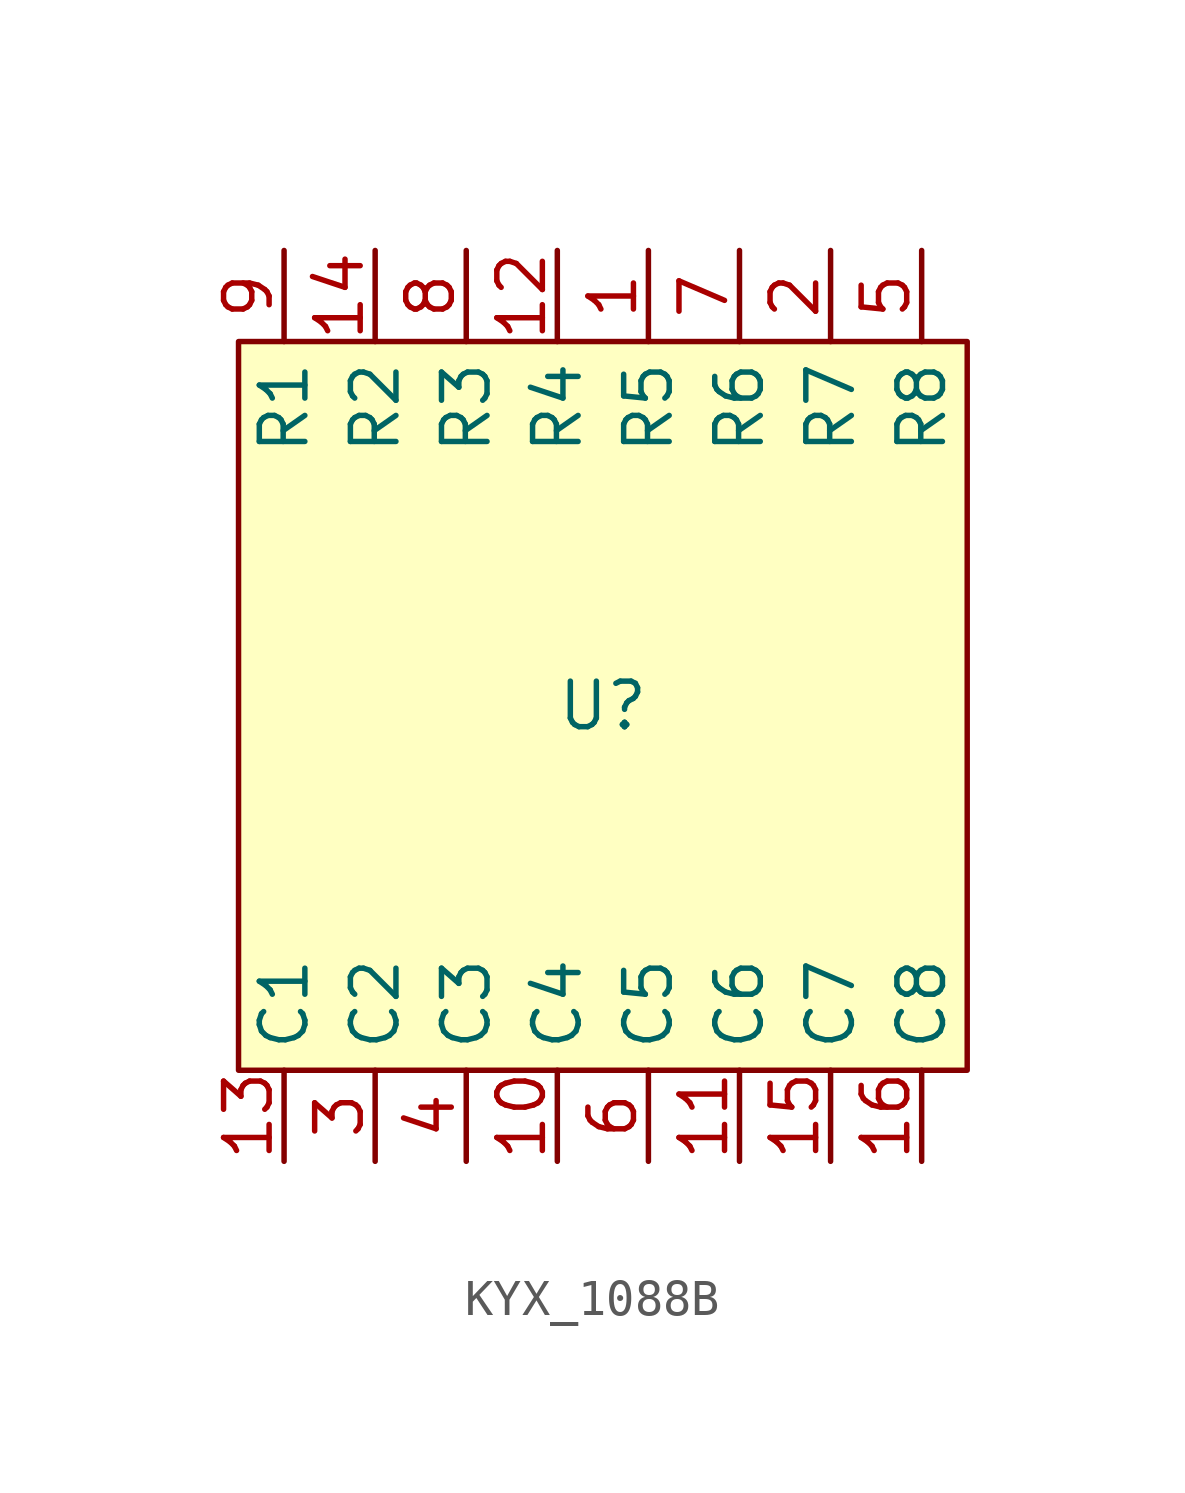
<source format=kicad_sym>
(kicad_symbol_lib
  (version 20241209)
  (generator "kicad_symbol_editor")
  (generator_version "9.0")
  (symbol "KYX_1088B"
    (property "Reference" "U"
      (at 0 0 0)
      (effects (font (size 1.27 1.27))))
    (property "Value" ""
      (at 0 0 0)
      (effects (font (size 1.27 1.27))))
    (symbol "KYX_1088B_1_1"
      (rectangle (start -10.16 10.16) (end 10.16 -10.16) (stroke (width 0) (type solid)) (fill (type background)))
      (pin input line (at -8.89 12.7 270) (length 2.54) (name "R1" (effects (font (size 1.27 1.27)))) (number "9" (effects (font (size 1.27 1.27)))))
      (pin input line (at -8.89 -12.7 90) (length 2.54) (name "C1" (effects (font (size 1.27 1.27)))) (number "13" (effects (font (size 1.27 1.27)))))
      (pin input line (at -6.35 12.7 270) (length 2.54) (name "R2" (effects (font (size 1.27 1.27)))) (number "14" (effects (font (size 1.27 1.27)))))
      (pin input line (at -6.35 -12.7 90) (length 2.54) (name "C2" (effects (font (size 1.27 1.27)))) (number "3" (effects (font (size 1.27 1.27)))))
      (pin input line (at -3.81 12.7 270) (length 2.54) (name "R3" (effects (font (size 1.27 1.27)))) (number "8" (effects (font (size 1.27 1.27)))))
      (pin input line (at -3.81 -12.7 90) (length 2.54) (name "C3" (effects (font (size 1.27 1.27)))) (number "4" (effects (font (size 1.27 1.27)))))
      (pin input line (at -1.27 12.7 270) (length 2.54) (name "R4" (effects (font (size 1.27 1.27)))) (number "12" (effects (font (size 1.27 1.27)))))
      (pin input line (at -1.27 -12.7 90) (length 2.54) (name "C4" (effects (font (size 1.27 1.27)))) (number "10" (effects (font (size 1.27 1.27)))))
      (pin input line (at 1.27 12.7 270) (length 2.54) (name "R5" (effects (font (size 1.27 1.27)))) (number "1" (effects (font (size 1.27 1.27)))))
      (pin input line (at 1.27 -12.7 90) (length 2.54) (name "C5" (effects (font (size 1.27 1.27)))) (number "6" (effects (font (size 1.27 1.27)))))
      (pin input line (at 3.81 12.7 270) (length 2.54) (name "R6" (effects (font (size 1.27 1.27)))) (number "7" (effects (font (size 1.27 1.27)))))
      (pin input line (at 3.81 -12.7 90) (length 2.54) (name "C6" (effects (font (size 1.27 1.27)))) (number "11" (effects (font (size 1.27 1.27)))))
      (pin input line (at 6.35 12.7 270) (length 2.54) (name "R7" (effects (font (size 1.27 1.27)))) (number "2" (effects (font (size 1.27 1.27)))))
      (pin input line (at 6.35 -12.7 90) (length 2.54) (name "C7" (effects (font (size 1.27 1.27)))) (number "15" (effects (font (size 1.27 1.27)))))
      (pin input line (at 8.89 12.7 270) (length 2.54) (name "R8" (effects (font (size 1.27 1.27)))) (number "5" (effects (font (size 1.27 1.27)))))
      (pin input line (at 8.89 -12.7 90) (length 2.54) (name "C8" (effects (font (size 1.27 1.27)))) (number "16" (effects (font (size 1.27 1.27))))))))
</source>
